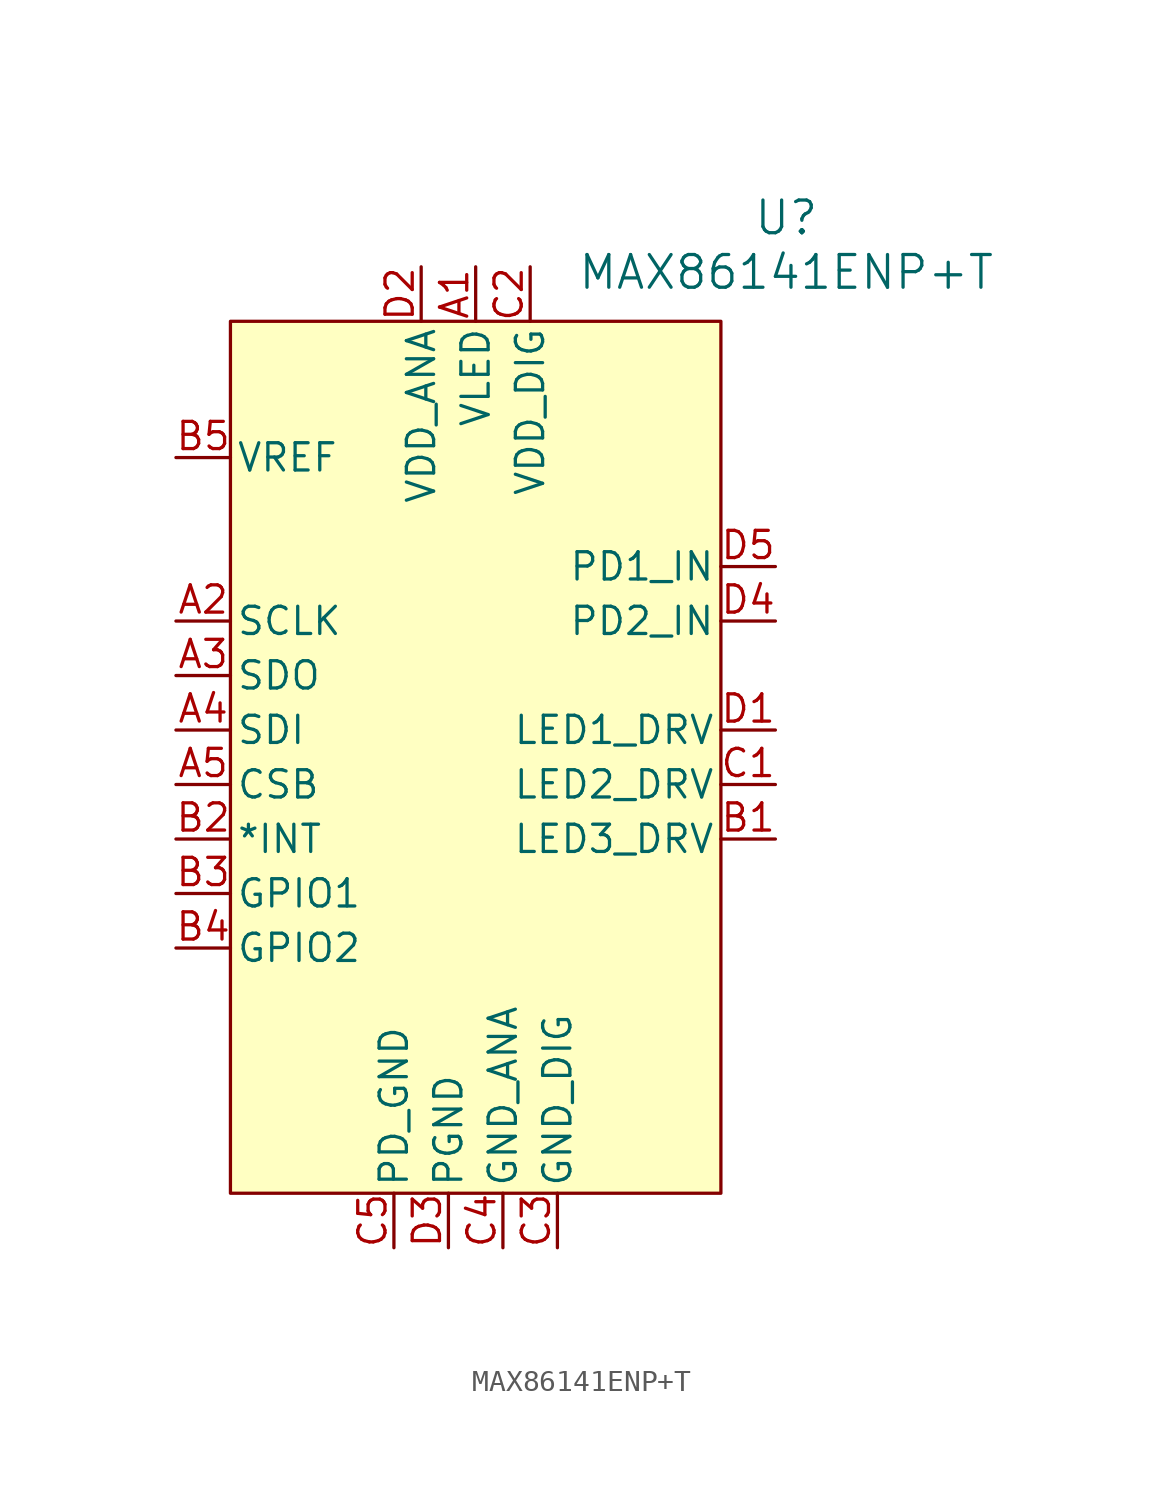
<source format=kicad_sym>
(kicad_symbol_lib
  (version 20241209)
  (generator "kicad_symbol_editor")
  (generator_version "9.0")
  (symbol "MAX86141ENP+T"
    (pin_names
      (offset 0.254))
    (property "Reference" "U"
      (at 14.478 25.146 0)
      (effects (font (size 1.524 1.524))))
    (property "Value" "MAX86141ENP+T"
      (at 14.478 22.606 0)
      (effects (font (size 1.524 1.524))))
    (property "ki_locked" ""
      (at 0 0 0)
      (effects (font (size 1.27 1.27))))
    (symbol "MAX86141ENP+T_1_1"
      (rectangle (start -11.43 20.32) (end 11.43 -20.32) (stroke (width 0) (type solid)) (fill (type background)))
      (pin power_in line (at -13.97 13.97 0) (length 2.54) (name "VREF" (effects (font (size 1.27 1.27)))) (number "B5" (effects (font (size 1.27 1.27)))))
      (pin unspecified line (at -13.97 6.35 0) (length 2.54) (name "SCLK" (effects (font (size 1.27 1.27)))) (number "A2" (effects (font (size 1.27 1.27)))))
      (pin unspecified line (at -13.97 3.81 0) (length 2.54) (name "SDO" (effects (font (size 1.27 1.27)))) (number "A3" (effects (font (size 1.27 1.27)))))
      (pin unspecified line (at -13.97 1.27 0) (length 2.54) (name "SDI" (effects (font (size 1.27 1.27)))) (number "A4" (effects (font (size 1.27 1.27)))))
      (pin unspecified line (at -13.97 -1.27 0) (length 2.54) (name "CSB" (effects (font (size 1.27 1.27)))) (number "A5" (effects (font (size 1.27 1.27)))))
      (pin unspecified line (at -13.97 -3.81 0) (length 2.54) (name "*INT" (effects (font (size 1.27 1.27)))) (number "B2" (effects (font (size 1.27 1.27)))))
      (pin bidirectional line (at -13.97 -6.35 0) (length 2.54) (name "GPIO1" (effects (font (size 1.27 1.27)))) (number "B3" (effects (font (size 1.27 1.27)))))
      (pin bidirectional line (at -13.97 -8.89 0) (length 2.54) (name "GPIO2" (effects (font (size 1.27 1.27)))) (number "B4" (effects (font (size 1.27 1.27)))))
      (pin power_out line (at -3.81 -22.86 90) (length 2.54) (name "PD_GND" (effects (font (size 1.27 1.27)))) (number "C5" (effects (font (size 1.27 1.27)))))
      (pin power_in line (at -2.54 22.86 270) (length 2.54) (name "VDD_ANA" (effects (font (size 1.27 1.27)))) (number "D2" (effects (font (size 1.27 1.27)))))
      (pin power_out line (at -1.27 -22.86 90) (length 2.54) (name "PGND" (effects (font (size 1.27 1.27)))) (number "D3" (effects (font (size 1.27 1.27)))))
      (pin unspecified line (at 0 22.86 270) (length 2.54) (name "VLED" (effects (font (size 1.27 1.27)))) (number "A1" (effects (font (size 1.27 1.27)))))
      (pin power_out line (at 1.27 -22.86 90) (length 2.54) (name "GND_ANA" (effects (font (size 1.27 1.27)))) (number "C4" (effects (font (size 1.27 1.27)))))
      (pin power_in line (at 2.54 22.86 270) (length 2.54) (name "VDD_DIG" (effects (font (size 1.27 1.27)))) (number "C2" (effects (font (size 1.27 1.27)))))
      (pin power_out line (at 3.81 -22.86 90) (length 2.54) (name "GND_DIG" (effects (font (size 1.27 1.27)))) (number "C3" (effects (font (size 1.27 1.27)))))
      (pin bidirectional line (at 13.97 8.89 180) (length 2.54) (name "PD1_IN" (effects (font (size 1.27 1.27)))) (number "D5" (effects (font (size 1.27 1.27)))))
      (pin bidirectional line (at 13.97 6.35 180) (length 2.54) (name "PD2_IN" (effects (font (size 1.27 1.27)))) (number "D4" (effects (font (size 1.27 1.27)))))
      (pin bidirectional line (at 13.97 1.27 180) (length 2.54) (name "LED1_DRV" (effects (font (size 1.27 1.27)))) (number "D1" (effects (font (size 1.27 1.27)))))
      (pin bidirectional line (at 13.97 -1.27 180) (length 2.54) (name "LED2_DRV" (effects (font (size 1.27 1.27)))) (number "C1" (effects (font (size 1.27 1.27)))))
      (pin bidirectional line (at 13.97 -3.81 180) (length 2.54) (name "LED3_DRV" (effects (font (size 1.27 1.27)))) (number "B1" (effects (font (size 1.27 1.27))))))))
</source>
